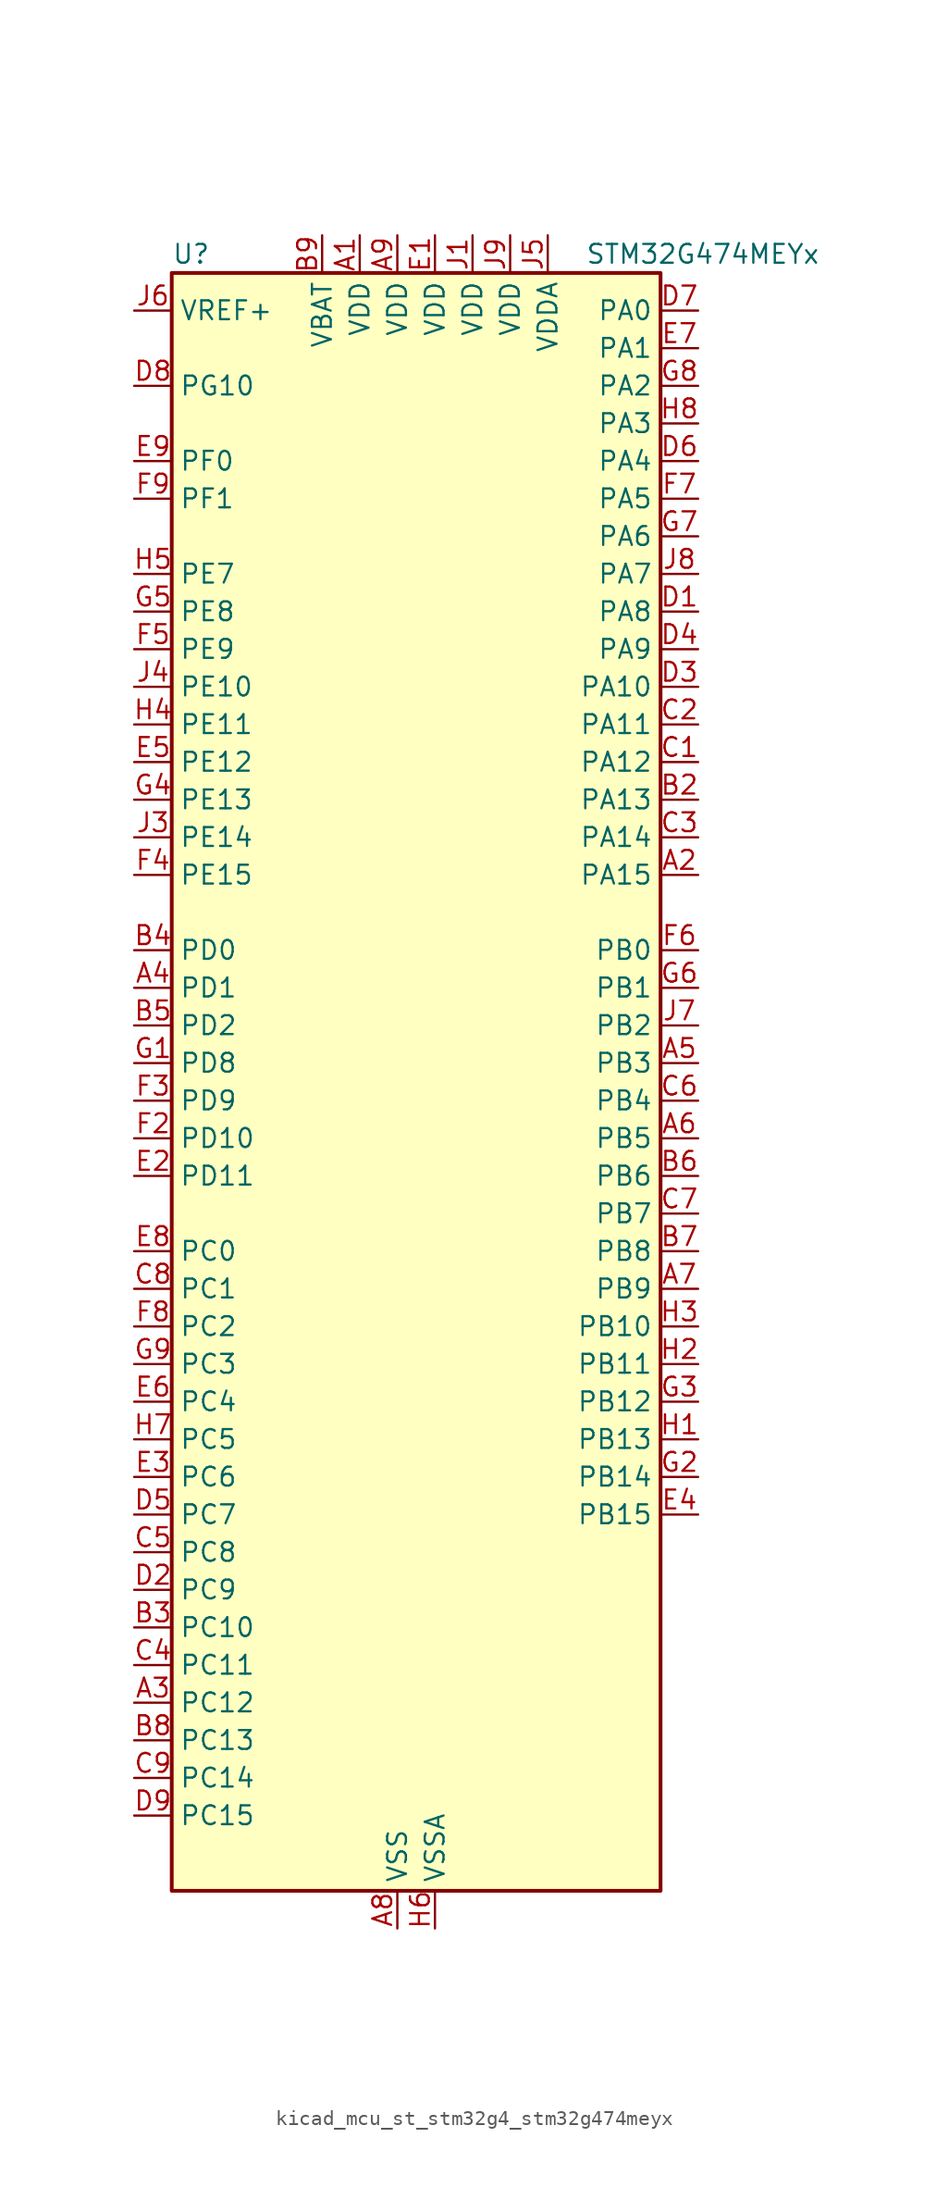
<source format=kicad_sym>
(kicad_symbol_lib
  (version 20220914)
  (generator kicad_symbol_editor)
  (symbol "kicad_mcu_st_stm32g4_stm32g474meyx"
    (property "Reference" "U"
      (at -15.24 57.15 0)
      (effects (font (size 1.27 1.27)) (justify left)))
    (property "Value" "STM32G474MEYx"
      (at 12.7 57.15 0)
      (effects (font (size 1.27 1.27)) (justify left)))
    (property "ki_locked" ""
      (at 0 0 0)
      (effects (font (size 1.27 1.27))))
    (symbol "kicad_mcu_st_stm32g4_stm32g474meyx_0_1"
      (rectangle (start -15.24 -53.34) (end 17.78 55.88) (stroke (width 0.254) (type default)) (fill (type background))))
    (symbol "kicad_mcu_st_stm32g4_stm32g474meyx_1_1"
      (pin power_in line (at -2.54 58.42 270) (length 2.54) (name "VDD" (effects (font (size 1.27 1.27)))) (number "A1" (effects (font (size 1.27 1.27)))))
      (pin bidirectional line (at 20.32 15.24 180) (length 2.54) (name "PA15" (effects (font (size 1.27 1.27)))) (number "A2" (effects (font (size 1.27 1.27)))) (alternate "ADC1_EXTI15" bidirectional line) (alternate "ADC2_EXTI15" bidirectional line) (alternate "FDCAN3_TX" bidirectional line) (alternate "HRTIM1_FLT2" bidirectional line) (alternate "I2C1_SCL" bidirectional line) (alternate "I2S3_WS" bidirectional line) (alternate "SPI1_NSS" bidirectional line) (alternate "SPI3_NSS" bidirectional line) (alternate "SYS_JTDI" bidirectional line) (alternate "TIM1_BKIN" bidirectional line) (alternate "TIM2_CH1" bidirectional line) (alternate "TIM2_ETR" bidirectional line) (alternate "TIM8_CH1" bidirectional line) (alternate "UART4_DE" bidirectional line) (alternate "UART4_RTS" bidirectional line) (alternate "USART2_RX" bidirectional line))
      (pin bidirectional line (at -17.78 -40.64 0) (length 2.54) (name "PC12" (effects (font (size 1.27 1.27)))) (number "A3" (effects (font (size 1.27 1.27)))) (alternate "HRTIM1_EEV1" bidirectional line) (alternate "I2S3_SD" bidirectional line) (alternate "SPI3_MOSI" bidirectional line) (alternate "TIM5_CH2" bidirectional line) (alternate "TIM8_CH3N" bidirectional line) (alternate "UART5_TX" bidirectional line) (alternate "UCPD1_FRSTX1" bidirectional line) (alternate "UCPD1_FRSTX2" bidirectional line) (alternate "USART3_CK" bidirectional line))
      (pin bidirectional line (at -17.78 7.62 0) (length 2.54) (name "PD1" (effects (font (size 1.27 1.27)))) (number "A4" (effects (font (size 1.27 1.27)))) (alternate "FDCAN1_TX" bidirectional line) (alternate "TIM8_BKIN2" bidirectional line) (alternate "TIM8_CH4" bidirectional line))
      (pin bidirectional line (at 20.32 2.54 180) (length 2.54) (name "PB3" (effects (font (size 1.27 1.27)))) (number "A5" (effects (font (size 1.27 1.27)))) (alternate "ADC3_EXTI3" bidirectional line) (alternate "ADC4_EXTI3" bidirectional line) (alternate "ADC5_EXTI3" bidirectional line) (alternate "CRS_SYNC" bidirectional line) (alternate "FDCAN3_RX" bidirectional line) (alternate "HRTIM1_EEV9" bidirectional line) (alternate "HRTIM1_SCOUT" bidirectional line) (alternate "I2S3_CK" bidirectional line) (alternate "SAI1_SCK_B" bidirectional line) (alternate "SPI1_SCK" bidirectional line) (alternate "SPI3_SCK" bidirectional line) (alternate "SYS_JTDO-SWO" bidirectional line) (alternate "TIM2_CH2" bidirectional line) (alternate "TIM3_ETR" bidirectional line) (alternate "TIM4_ETR" bidirectional line) (alternate "TIM8_CH1N" bidirectional line) (alternate "USART2_TX" bidirectional line))
      (pin bidirectional line (at 20.32 -2.54 180) (length 2.54) (name "PB5" (effects (font (size 1.27 1.27)))) (number "A6" (effects (font (size 1.27 1.27)))) (alternate "FDCAN2_RX" bidirectional line) (alternate "HRTIM1_EEV6" bidirectional line) (alternate "I2C1_SMBA" bidirectional line) (alternate "I2C3_SDA" bidirectional line) (alternate "I2S3_SD" bidirectional line) (alternate "LPTIM1_IN1" bidirectional line) (alternate "SAI1_SD_B" bidirectional line) (alternate "SPI1_MOSI" bidirectional line) (alternate "SPI3_MOSI" bidirectional line) (alternate "TIM16_BKIN" bidirectional line) (alternate "TIM17_CH1" bidirectional line) (alternate "TIM3_CH2" bidirectional line) (alternate "TIM8_CH3N" bidirectional line) (alternate "UART5_CTS" bidirectional line) (alternate "USART2_CK" bidirectional line))
      (pin bidirectional line (at 20.32 -12.7 180) (length 2.54) (name "PB9" (effects (font (size 1.27 1.27)))) (number "A7" (effects (font (size 1.27 1.27)))) (alternate "COMP2_OUT" bidirectional line) (alternate "DAC1_EXTI9" bidirectional line) (alternate "DAC2_EXTI9" bidirectional line) (alternate "DAC3_EXTI9" bidirectional line) (alternate "DAC4_EXTI9" bidirectional line) (alternate "FDCAN1_TX" bidirectional line) (alternate "HRTIM1_EEV5" bidirectional line) (alternate "I2C1_SDA" bidirectional line) (alternate "IR_OUT" bidirectional line) (alternate "SAI1_D2" bidirectional line) (alternate "SAI1_FS_A" bidirectional line) (alternate "TIM17_CH1" bidirectional line) (alternate "TIM1_CH3N" bidirectional line) (alternate "TIM4_CH4" bidirectional line) (alternate "TIM8_CH3" bidirectional line) (alternate "USART3_TX" bidirectional line))
      (pin power_in line (at 0 -55.88 90) (length 2.54) (name "VSS" (effects (font (size 1.27 1.27)))) (number "A8" (effects (font (size 1.27 1.27)))))
      (pin power_in line (at 0 58.42 270) (length 2.54) (name "VDD" (effects (font (size 1.27 1.27)))) (number "A9" (effects (font (size 1.27 1.27)))))
      (pin passive line (at 0 -55.88 90) (length 2.54) hide (name "VSS" (effects (font (size 1.27 1.27)))) (number "B1" (effects (font (size 1.27 1.27)))))
      (pin bidirectional line (at 20.32 20.32 180) (length 2.54) (name "PA13" (effects (font (size 1.27 1.27)))) (number "B2" (effects (font (size 1.27 1.27)))) (alternate "I2C1_SCL" bidirectional line) (alternate "I2C4_SCL" bidirectional line) (alternate "IR_OUT" bidirectional line) (alternate "SAI1_SD_B" bidirectional line) (alternate "SYS_JTMS-SWDIO" bidirectional line) (alternate "TIM16_CH1N" bidirectional line) (alternate "TIM4_CH3" bidirectional line) (alternate "USART3_CTS" bidirectional line) (alternate "USART3_NSS" bidirectional line))
      (pin bidirectional line (at -17.78 -35.56 0) (length 2.54) (name "PC10" (effects (font (size 1.27 1.27)))) (number "B3" (effects (font (size 1.27 1.27)))) (alternate "DAC1_EXTI10" bidirectional line) (alternate "DAC2_EXTI10" bidirectional line) (alternate "DAC3_EXTI10" bidirectional line) (alternate "DAC4_EXTI10" bidirectional line) (alternate "HRTIM1_FLT6" bidirectional line) (alternate "I2S3_CK" bidirectional line) (alternate "SPI3_SCK" bidirectional line) (alternate "TIM8_CH1N" bidirectional line) (alternate "UART4_TX" bidirectional line) (alternate "USART3_TX" bidirectional line))
      (pin bidirectional line (at -17.78 10.16 0) (length 2.54) (name "PD0" (effects (font (size 1.27 1.27)))) (number "B4" (effects (font (size 1.27 1.27)))) (alternate "FDCAN1_RX" bidirectional line) (alternate "TIM8_CH4N" bidirectional line))
      (pin bidirectional line (at -17.78 5.08 0) (length 2.54) (name "PD2" (effects (font (size 1.27 1.27)))) (number "B5" (effects (font (size 1.27 1.27)))) (alternate "ADC3_EXTI2" bidirectional line) (alternate "ADC4_EXTI2" bidirectional line) (alternate "ADC5_EXTI2" bidirectional line) (alternate "TIM3_ETR" bidirectional line) (alternate "TIM8_BKIN" bidirectional line) (alternate "UART5_RX" bidirectional line))
      (pin bidirectional line (at 20.32 -5.08 180) (length 2.54) (name "PB6" (effects (font (size 1.27 1.27)))) (number "B6" (effects (font (size 1.27 1.27)))) (alternate "COMP4_OUT" bidirectional line) (alternate "FDCAN2_TX" bidirectional line) (alternate "HRTIM1_EEV4" bidirectional line) (alternate "HRTIM1_SCIN" bidirectional line) (alternate "LPTIM1_ETR" bidirectional line) (alternate "SAI1_FS_B" bidirectional line) (alternate "TIM16_CH1N" bidirectional line) (alternate "TIM4_CH1" bidirectional line) (alternate "TIM8_BKIN2" bidirectional line) (alternate "TIM8_CH1" bidirectional line) (alternate "TIM8_ETR" bidirectional line) (alternate "UCPD1_CC1" bidirectional line) (alternate "USART1_TX" bidirectional line))
      (pin bidirectional line (at 20.32 -10.16 180) (length 2.54) (name "PB8" (effects (font (size 1.27 1.27)))) (number "B7" (effects (font (size 1.27 1.27)))) (alternate "COMP1_OUT" bidirectional line) (alternate "FDCAN1_RX" bidirectional line) (alternate "HRTIM1_EEV8" bidirectional line) (alternate "I2C1_SCL" bidirectional line) (alternate "SAI1_CK1" bidirectional line) (alternate "SAI1_MCLK_A" bidirectional line) (alternate "TIM16_CH1" bidirectional line) (alternate "TIM1_BKIN" bidirectional line) (alternate "TIM4_CH3" bidirectional line) (alternate "TIM8_CH2" bidirectional line) (alternate "USART3_RX" bidirectional line))
      (pin bidirectional line (at -17.78 -43.18 0) (length 2.54) (name "PC13" (effects (font (size 1.27 1.27)))) (number "B8" (effects (font (size 1.27 1.27)))) (alternate "RTC_OUT1" bidirectional line) (alternate "RTC_TAMP1" bidirectional line) (alternate "RTC_TS" bidirectional line) (alternate "SYS_WKUP2" bidirectional line) (alternate "TIM1_BKIN" bidirectional line) (alternate "TIM1_CH1N" bidirectional line) (alternate "TIM8_CH4N" bidirectional line))
      (pin power_in line (at -5.08 58.42 270) (length 2.54) (name "VBAT" (effects (font (size 1.27 1.27)))) (number "B9" (effects (font (size 1.27 1.27)))))
      (pin bidirectional line (at 20.32 22.86 180) (length 2.54) (name "PA12" (effects (font (size 1.27 1.27)))) (number "C1" (effects (font (size 1.27 1.27)))) (alternate "COMP2_OUT" bidirectional line) (alternate "FDCAN1_TX" bidirectional line) (alternate "HRTIM1_FLT1" bidirectional line) (alternate "I2S_CKIN" bidirectional line) (alternate "TIM16_CH1" bidirectional line) (alternate "TIM1_CH2N" bidirectional line) (alternate "TIM1_ETR" bidirectional line) (alternate "TIM4_CH2" bidirectional line) (alternate "USART1_DE" bidirectional line) (alternate "USART1_RTS" bidirectional line) (alternate "USB_DP" bidirectional line))
      (pin bidirectional line (at 20.32 25.4 180) (length 2.54) (name "PA11" (effects (font (size 1.27 1.27)))) (number "C2" (effects (font (size 1.27 1.27)))) (alternate "ADC1_EXTI11" bidirectional line) (alternate "ADC2_EXTI11" bidirectional line) (alternate "COMP1_OUT" bidirectional line) (alternate "FDCAN1_RX" bidirectional line) (alternate "HRTIM1_CHB2" bidirectional line) (alternate "I2S2_SD" bidirectional line) (alternate "SPI2_MOSI" bidirectional line) (alternate "TIM1_BKIN2" bidirectional line) (alternate "TIM1_CH1N" bidirectional line) (alternate "TIM1_CH4" bidirectional line) (alternate "TIM4_CH1" bidirectional line) (alternate "USART1_CTS" bidirectional line) (alternate "USART1_NSS" bidirectional line) (alternate "USB_DM" bidirectional line))
      (pin bidirectional line (at 20.32 17.78 180) (length 2.54) (name "PA14" (effects (font (size 1.27 1.27)))) (number "C3" (effects (font (size 1.27 1.27)))) (alternate "I2C1_SDA" bidirectional line) (alternate "I2C4_SMBA" bidirectional line) (alternate "LPTIM1_OUT" bidirectional line) (alternate "SAI1_FS_B" bidirectional line) (alternate "SYS_JTCK-SWCLK" bidirectional line) (alternate "TIM1_BKIN" bidirectional line) (alternate "TIM8_CH2" bidirectional line) (alternate "USART2_TX" bidirectional line))
      (pin bidirectional line (at -17.78 -38.1 0) (length 2.54) (name "PC11" (effects (font (size 1.27 1.27)))) (number "C4" (effects (font (size 1.27 1.27)))) (alternate "ADC1_EXTI11" bidirectional line) (alternate "ADC2_EXTI11" bidirectional line) (alternate "HRTIM1_EEV2" bidirectional line) (alternate "I2C3_SDA" bidirectional line) (alternate "SPI3_MISO" bidirectional line) (alternate "TIM8_CH2N" bidirectional line) (alternate "UART4_RX" bidirectional line) (alternate "USART3_RX" bidirectional line))
      (pin bidirectional line (at -17.78 -30.48 0) (length 2.54) (name "PC8" (effects (font (size 1.27 1.27)))) (number "C5" (effects (font (size 1.27 1.27)))) (alternate "COMP7_OUT" bidirectional line) (alternate "HRTIM1_CHE1" bidirectional line) (alternate "I2C3_SCL" bidirectional line) (alternate "TIM20_CH3" bidirectional line) (alternate "TIM3_CH3" bidirectional line) (alternate "TIM8_CH3" bidirectional line))
      (pin bidirectional line (at 20.32 0 180) (length 2.54) (name "PB4" (effects (font (size 1.27 1.27)))) (number "C6" (effects (font (size 1.27 1.27)))) (alternate "FDCAN3_TX" bidirectional line) (alternate "HRTIM1_EEV7" bidirectional line) (alternate "SAI1_MCLK_B" bidirectional line) (alternate "SPI1_MISO" bidirectional line) (alternate "SPI3_MISO" bidirectional line) (alternate "SYS_JTRST" bidirectional line) (alternate "TIM16_CH1" bidirectional line) (alternate "TIM17_BKIN" bidirectional line) (alternate "TIM3_CH1" bidirectional line) (alternate "TIM8_CH2N" bidirectional line) (alternate "UART5_DE" bidirectional line) (alternate "UART5_RTS" bidirectional line) (alternate "UCPD1_CC2" bidirectional line) (alternate "USART2_RX" bidirectional line))
      (pin bidirectional line (at 20.32 -7.62 180) (length 2.54) (name "PB7" (effects (font (size 1.27 1.27)))) (number "C7" (effects (font (size 1.27 1.27)))) (alternate "COMP3_OUT" bidirectional line) (alternate "HRTIM1_EEV3" bidirectional line) (alternate "I2C1_SDA" bidirectional line) (alternate "I2C4_SDA" bidirectional line) (alternate "LPTIM1_IN2" bidirectional line) (alternate "SYS_PVD_IN" bidirectional line) (alternate "TIM17_CH1N" bidirectional line) (alternate "TIM3_CH4" bidirectional line) (alternate "TIM4_CH2" bidirectional line) (alternate "TIM8_BKIN" bidirectional line) (alternate "UART4_CTS" bidirectional line) (alternate "USART1_RX" bidirectional line))
      (pin bidirectional line (at -17.78 -12.7 0) (length 2.54) (name "PC1" (effects (font (size 1.27 1.27)))) (number "C8" (effects (font (size 1.27 1.27)))) (alternate "ADC1_IN7" bidirectional line) (alternate "ADC2_IN7" bidirectional line) (alternate "COMP3_INP" bidirectional line) (alternate "LPTIM1_OUT" bidirectional line) (alternate "LPUART1_TX" bidirectional line) (alternate "QUADSPI1_BK2_IO0" bidirectional line) (alternate "SAI1_SD_A" bidirectional line) (alternate "TIM1_CH2" bidirectional line))
      (pin bidirectional line (at -17.78 -45.72 0) (length 2.54) (name "PC14" (effects (font (size 1.27 1.27)))) (number "C9" (effects (font (size 1.27 1.27)))) (alternate "RCC_OSC32_IN" bidirectional line))
      (pin bidirectional line (at 20.32 33.02 180) (length 2.54) (name "PA8" (effects (font (size 1.27 1.27)))) (number "D1" (effects (font (size 1.27 1.27)))) (alternate "ADC5_IN1" bidirectional line) (alternate "COMP7_OUT" bidirectional line) (alternate "FDCAN3_RX" bidirectional line) (alternate "HRTIM1_CHA1" bidirectional line) (alternate "I2C2_SDA" bidirectional line) (alternate "I2C3_SCL" bidirectional line) (alternate "I2S2_MCK" bidirectional line) (alternate "OPAMP5_VOUT" bidirectional line) (alternate "RCC_MCO" bidirectional line) (alternate "SAI1_CK2" bidirectional line) (alternate "SAI1_SCK_A" bidirectional line) (alternate "TIM1_CH1" bidirectional line) (alternate "TIM4_ETR" bidirectional line) (alternate "USART1_CK" bidirectional line))
      (pin bidirectional line (at -17.78 -33.02 0) (length 2.54) (name "PC9" (effects (font (size 1.27 1.27)))) (number "D2" (effects (font (size 1.27 1.27)))) (alternate "DAC1_EXTI9" bidirectional line) (alternate "DAC2_EXTI9" bidirectional line) (alternate "DAC3_EXTI9" bidirectional line) (alternate "DAC4_EXTI9" bidirectional line) (alternate "HRTIM1_CHE2" bidirectional line) (alternate "I2C3_SDA" bidirectional line) (alternate "I2S_CKIN" bidirectional line) (alternate "TIM3_CH4" bidirectional line) (alternate "TIM8_BKIN2" bidirectional line) (alternate "TIM8_CH4" bidirectional line))
      (pin bidirectional line (at 20.32 27.94 180) (length 2.54) (name "PA10" (effects (font (size 1.27 1.27)))) (number "D3" (effects (font (size 1.27 1.27)))) (alternate "COMP6_OUT" bidirectional line) (alternate "CRS_SYNC" bidirectional line) (alternate "DAC1_EXTI10" bidirectional line) (alternate "DAC2_EXTI10" bidirectional line) (alternate "DAC3_EXTI10" bidirectional line) (alternate "DAC4_EXTI10" bidirectional line) (alternate "HRTIM1_CHB1" bidirectional line) (alternate "I2C2_SMBA" bidirectional line) (alternate "SAI1_D1" bidirectional line) (alternate "SAI1_SD_A" bidirectional line) (alternate "SPI2_MISO" bidirectional line) (alternate "TIM17_BKIN" bidirectional line) (alternate "TIM1_CH3" bidirectional line) (alternate "TIM2_CH4" bidirectional line) (alternate "TIM8_BKIN" bidirectional line) (alternate "UCPD1_DBCC2" bidirectional line) (alternate "USART1_RX" bidirectional line))
      (pin bidirectional line (at 20.32 30.48 180) (length 2.54) (name "PA9" (effects (font (size 1.27 1.27)))) (number "D4" (effects (font (size 1.27 1.27)))) (alternate "ADC5_IN2" bidirectional line) (alternate "COMP5_OUT" bidirectional line) (alternate "DAC1_EXTI9" bidirectional line) (alternate "DAC2_EXTI9" bidirectional line) (alternate "DAC3_EXTI9" bidirectional line) (alternate "DAC4_EXTI9" bidirectional line) (alternate "HRTIM1_CHA2" bidirectional line) (alternate "I2C2_SCL" bidirectional line) (alternate "I2C3_SMBA" bidirectional line) (alternate "I2S3_MCK" bidirectional line) (alternate "SAI1_FS_A" bidirectional line) (alternate "TIM15_BKIN" bidirectional line) (alternate "TIM1_CH2" bidirectional line) (alternate "TIM2_CH3" bidirectional line) (alternate "UCPD1_DBCC1" bidirectional line) (alternate "USART1_TX" bidirectional line))
      (pin bidirectional line (at -17.78 -27.94 0) (length 2.54) (name "PC7" (effects (font (size 1.27 1.27)))) (number "D5" (effects (font (size 1.27 1.27)))) (alternate "COMP5_OUT" bidirectional line) (alternate "HRTIM1_CHF2" bidirectional line) (alternate "HRTIM1_FLT5" bidirectional line) (alternate "I2C4_SDA" bidirectional line) (alternate "I2S3_MCK" bidirectional line) (alternate "TIM3_CH2" bidirectional line) (alternate "TIM8_CH2" bidirectional line))
      (pin bidirectional line (at 20.32 43.18 180) (length 2.54) (name "PA4" (effects (font (size 1.27 1.27)))) (number "D6" (effects (font (size 1.27 1.27)))) (alternate "ADC2_IN17" bidirectional line) (alternate "COMP1_INM" bidirectional line) (alternate "DAC1_OUT1" bidirectional line) (alternate "I2S3_WS" bidirectional line) (alternate "SAI1_FS_B" bidirectional line) (alternate "SPI1_NSS" bidirectional line) (alternate "SPI3_NSS" bidirectional line) (alternate "TIM3_CH2" bidirectional line) (alternate "USART2_CK" bidirectional line))
      (pin bidirectional line (at 20.32 53.34 180) (length 2.54) (name "PA0" (effects (font (size 1.27 1.27)))) (number "D7" (effects (font (size 1.27 1.27)))) (alternate "ADC1_IN1" bidirectional line) (alternate "ADC2_IN1" bidirectional line) (alternate "COMP1_INM" bidirectional line) (alternate "COMP1_OUT" bidirectional line) (alternate "COMP3_INP" bidirectional line) (alternate "RTC_TAMP2" bidirectional line) (alternate "SYS_WKUP1" bidirectional line) (alternate "TIM2_CH1" bidirectional line) (alternate "TIM2_ETR" bidirectional line) (alternate "TIM5_CH1" bidirectional line) (alternate "TIM8_BKIN" bidirectional line) (alternate "TIM8_ETR" bidirectional line) (alternate "USART2_CTS" bidirectional line) (alternate "USART2_NSS" bidirectional line))
      (pin bidirectional line (at -17.78 48.26 0) (length 2.54) (name "PG10" (effects (font (size 1.27 1.27)))) (number "D8" (effects (font (size 1.27 1.27)))) (alternate "DAC1_EXTI10" bidirectional line) (alternate "DAC2_EXTI10" bidirectional line) (alternate "DAC3_EXTI10" bidirectional line) (alternate "DAC4_EXTI10" bidirectional line) (alternate "RCC_MCO" bidirectional line))
      (pin bidirectional line (at -17.78 -48.26 0) (length 2.54) (name "PC15" (effects (font (size 1.27 1.27)))) (number "D9" (effects (font (size 1.27 1.27)))) (alternate "ADC1_EXTI15" bidirectional line) (alternate "ADC2_EXTI15" bidirectional line) (alternate "RCC_OSC32_OUT" bidirectional line))
      (pin power_in line (at 2.54 58.42 270) (length 2.54) (name "VDD" (effects (font (size 1.27 1.27)))) (number "E1" (effects (font (size 1.27 1.27)))))
      (pin bidirectional line (at -17.78 -5.08 0) (length 2.54) (name "PD11" (effects (font (size 1.27 1.27)))) (number "E2" (effects (font (size 1.27 1.27)))) (alternate "ADC1_EXTI11" bidirectional line) (alternate "ADC2_EXTI11" bidirectional line) (alternate "ADC3_IN8" bidirectional line) (alternate "ADC4_IN8" bidirectional line) (alternate "ADC5_IN8" bidirectional line) (alternate "COMP6_INP" bidirectional line) (alternate "I2C4_SMBA" bidirectional line) (alternate "OPAMP4_VINP" bidirectional line) (alternate "OPAMP4_VINP_SEC" bidirectional line) (alternate "TIM5_ETR" bidirectional line) (alternate "USART3_CTS" bidirectional line) (alternate "USART3_NSS" bidirectional line))
      (pin bidirectional line (at -17.78 -25.4 0) (length 2.54) (name "PC6" (effects (font (size 1.27 1.27)))) (number "E3" (effects (font (size 1.27 1.27)))) (alternate "COMP6_OUT" bidirectional line) (alternate "HRTIM1_CHF1" bidirectional line) (alternate "HRTIM1_EEV10" bidirectional line) (alternate "I2C4_SCL" bidirectional line) (alternate "I2S2_MCK" bidirectional line) (alternate "TIM3_CH1" bidirectional line) (alternate "TIM8_CH1" bidirectional line))
      (pin bidirectional line (at 20.32 -27.94 180) (length 2.54) (name "PB15" (effects (font (size 1.27 1.27)))) (number "E4" (effects (font (size 1.27 1.27)))) (alternate "ADC1_EXTI15" bidirectional line) (alternate "ADC2_EXTI15" bidirectional line) (alternate "ADC2_IN15" bidirectional line) (alternate "ADC4_IN5" bidirectional line) (alternate "COMP3_OUT" bidirectional line) (alternate "COMP6_INM" bidirectional line) (alternate "HRTIM1_CHD2" bidirectional line) (alternate "I2S2_SD" bidirectional line) (alternate "OPAMP5_VINM" bidirectional line) (alternate "OPAMP5_VINM0" bidirectional line) (alternate "OPAMP5_VINM_SEC" bidirectional line) (alternate "RTC_REFIN" bidirectional line) (alternate "SPI2_MOSI" bidirectional line) (alternate "TIM15_CH1N" bidirectional line) (alternate "TIM15_CH2" bidirectional line) (alternate "TIM1_CH3N" bidirectional line))
      (pin bidirectional line (at -17.78 22.86 0) (length 2.54) (name "PE12" (effects (font (size 1.27 1.27)))) (number "E5" (effects (font (size 1.27 1.27)))) (alternate "ADC3_IN16" bidirectional line) (alternate "ADC4_IN16" bidirectional line) (alternate "ADC5_IN16" bidirectional line) (alternate "QUADSPI1_BK1_IO0" bidirectional line) (alternate "SPI4_SCK" bidirectional line) (alternate "TIM1_CH3N" bidirectional line))
      (pin bidirectional line (at -17.78 -20.32 0) (length 2.54) (name "PC4" (effects (font (size 1.27 1.27)))) (number "E6" (effects (font (size 1.27 1.27)))) (alternate "ADC2_IN5" bidirectional line) (alternate "I2C2_SCL" bidirectional line) (alternate "QUADSPI1_BK2_IO3" bidirectional line) (alternate "TIM1_ETR" bidirectional line) (alternate "USART1_TX" bidirectional line))
      (pin bidirectional line (at 20.32 50.8 180) (length 2.54) (name "PA1" (effects (font (size 1.27 1.27)))) (number "E7" (effects (font (size 1.27 1.27)))) (alternate "ADC1_IN2" bidirectional line) (alternate "ADC2_IN2" bidirectional line) (alternate "COMP1_INP" bidirectional line) (alternate "OPAMP1_VINP" bidirectional line) (alternate "OPAMP1_VINP_SEC" bidirectional line) (alternate "OPAMP3_VINP" bidirectional line) (alternate "OPAMP3_VINP_SEC" bidirectional line) (alternate "OPAMP6_VINM" bidirectional line) (alternate "OPAMP6_VINM0" bidirectional line) (alternate "OPAMP6_VINM_SEC" bidirectional line) (alternate "RTC_REFIN" bidirectional line) (alternate "TIM15_CH1N" bidirectional line) (alternate "TIM2_CH2" bidirectional line) (alternate "TIM5_CH2" bidirectional line) (alternate "USART2_DE" bidirectional line) (alternate "USART2_RTS" bidirectional line))
      (pin bidirectional line (at -17.78 -10.16 0) (length 2.54) (name "PC0" (effects (font (size 1.27 1.27)))) (number "E8" (effects (font (size 1.27 1.27)))) (alternate "ADC1_IN6" bidirectional line) (alternate "ADC2_IN6" bidirectional line) (alternate "COMP3_INM" bidirectional line) (alternate "LPTIM1_IN1" bidirectional line) (alternate "LPUART1_RX" bidirectional line) (alternate "TIM1_CH1" bidirectional line))
      (pin bidirectional line (at -17.78 43.18 0) (length 2.54) (name "PF0" (effects (font (size 1.27 1.27)))) (number "E9" (effects (font (size 1.27 1.27)))) (alternate "ADC1_IN10" bidirectional line) (alternate "I2C2_SDA" bidirectional line) (alternate "I2S2_WS" bidirectional line) (alternate "RCC_OSC_IN" bidirectional line) (alternate "SPI2_NSS" bidirectional line) (alternate "TIM1_CH3N" bidirectional line))
      (pin passive line (at 0 -55.88 90) (length 2.54) hide (name "VSS" (effects (font (size 1.27 1.27)))) (number "F1" (effects (font (size 1.27 1.27)))))
      (pin bidirectional line (at -17.78 -2.54 0) (length 2.54) (name "PD10" (effects (font (size 1.27 1.27)))) (number "F2" (effects (font (size 1.27 1.27)))) (alternate "ADC3_IN7" bidirectional line) (alternate "ADC4_IN7" bidirectional line) (alternate "ADC5_IN7" bidirectional line) (alternate "COMP6_INM" bidirectional line) (alternate "DAC1_EXTI10" bidirectional line) (alternate "DAC2_EXTI10" bidirectional line) (alternate "DAC3_EXTI10" bidirectional line) (alternate "DAC4_EXTI10" bidirectional line) (alternate "USART3_CK" bidirectional line))
      (pin bidirectional line (at -17.78 0 0) (length 2.54) (name "PD9" (effects (font (size 1.27 1.27)))) (number "F3" (effects (font (size 1.27 1.27)))) (alternate "ADC4_IN13" bidirectional line) (alternate "ADC5_IN13" bidirectional line) (alternate "DAC1_EXTI9" bidirectional line) (alternate "DAC2_EXTI9" bidirectional line) (alternate "DAC3_EXTI9" bidirectional line) (alternate "DAC4_EXTI9" bidirectional line) (alternate "OPAMP6_VINP" bidirectional line) (alternate "OPAMP6_VINP_SEC" bidirectional line) (alternate "USART3_RX" bidirectional line))
      (pin bidirectional line (at -17.78 15.24 0) (length 2.54) (name "PE15" (effects (font (size 1.27 1.27)))) (number "F4" (effects (font (size 1.27 1.27)))) (alternate "ADC1_EXTI15" bidirectional line) (alternate "ADC2_EXTI15" bidirectional line) (alternate "ADC4_IN2" bidirectional line) (alternate "QUADSPI1_BK1_IO3" bidirectional line) (alternate "TIM1_BKIN" bidirectional line) (alternate "TIM1_CH4N" bidirectional line) (alternate "USART3_RX" bidirectional line))
      (pin bidirectional line (at -17.78 30.48 0) (length 2.54) (name "PE9" (effects (font (size 1.27 1.27)))) (number "F5" (effects (font (size 1.27 1.27)))) (alternate "ADC3_IN2" bidirectional line) (alternate "DAC1_EXTI9" bidirectional line) (alternate "DAC2_EXTI9" bidirectional line) (alternate "DAC3_EXTI9" bidirectional line) (alternate "DAC4_EXTI9" bidirectional line) (alternate "SAI1_FS_B" bidirectional line) (alternate "TIM1_CH1" bidirectional line) (alternate "TIM5_CH4" bidirectional line))
      (pin bidirectional line (at 20.32 10.16 180) (length 2.54) (name "PB0" (effects (font (size 1.27 1.27)))) (number "F6" (effects (font (size 1.27 1.27)))) (alternate "ADC1_IN15" bidirectional line) (alternate "ADC3_IN12" bidirectional line) (alternate "COMP4_INP" bidirectional line) (alternate "HRTIM1_FLT5" bidirectional line) (alternate "OPAMP2_VINP" bidirectional line) (alternate "OPAMP2_VINP_SEC" bidirectional line) (alternate "OPAMP3_VINP" bidirectional line) (alternate "OPAMP3_VINP_SEC" bidirectional line) (alternate "QUADSPI1_BK1_IO1" bidirectional line) (alternate "TIM1_CH2N" bidirectional line) (alternate "TIM3_CH3" bidirectional line) (alternate "TIM8_CH2N" bidirectional line) (alternate "UCPD1_FRSTX1" bidirectional line) (alternate "UCPD1_FRSTX2" bidirectional line))
      (pin bidirectional line (at 20.32 40.64 180) (length 2.54) (name "PA5" (effects (font (size 1.27 1.27)))) (number "F7" (effects (font (size 1.27 1.27)))) (alternate "ADC2_IN13" bidirectional line) (alternate "COMP2_INM" bidirectional line) (alternate "DAC1_OUT2" bidirectional line) (alternate "OPAMP2_VINM" bidirectional line) (alternate "OPAMP2_VINM0" bidirectional line) (alternate "OPAMP2_VINM_SEC" bidirectional line) (alternate "SPI1_SCK" bidirectional line) (alternate "TIM2_CH1" bidirectional line) (alternate "TIM2_ETR" bidirectional line) (alternate "UCPD1_FRSTX1" bidirectional line) (alternate "UCPD1_FRSTX2" bidirectional line))
      (pin bidirectional line (at -17.78 -15.24 0) (length 2.54) (name "PC2" (effects (font (size 1.27 1.27)))) (number "F8" (effects (font (size 1.27 1.27)))) (alternate "ADC1_IN8" bidirectional line) (alternate "ADC2_IN8" bidirectional line) (alternate "ADC3_EXTI2" bidirectional line) (alternate "ADC4_EXTI2" bidirectional line) (alternate "ADC5_EXTI2" bidirectional line) (alternate "COMP3_OUT" bidirectional line) (alternate "LPTIM1_IN2" bidirectional line) (alternate "QUADSPI1_BK2_IO1" bidirectional line) (alternate "TIM1_CH3" bidirectional line) (alternate "TIM20_CH2" bidirectional line))
      (pin bidirectional line (at -17.78 40.64 0) (length 2.54) (name "PF1" (effects (font (size 1.27 1.27)))) (number "F9" (effects (font (size 1.27 1.27)))) (alternate "ADC2_IN10" bidirectional line) (alternate "COMP3_INM" bidirectional line) (alternate "I2S2_CK" bidirectional line) (alternate "RCC_OSC_OUT" bidirectional line) (alternate "SPI2_SCK" bidirectional line))
      (pin bidirectional line (at -17.78 2.54 0) (length 2.54) (name "PD8" (effects (font (size 1.27 1.27)))) (number "G1" (effects (font (size 1.27 1.27)))) (alternate "ADC4_IN12" bidirectional line) (alternate "ADC5_IN12" bidirectional line) (alternate "OPAMP4_VINM" bidirectional line) (alternate "OPAMP4_VINM1" bidirectional line) (alternate "OPAMP4_VINM_SEC" bidirectional line) (alternate "USART3_TX" bidirectional line))
      (pin bidirectional line (at 20.32 -25.4 180) (length 2.54) (name "PB14" (effects (font (size 1.27 1.27)))) (number "G2" (effects (font (size 1.27 1.27)))) (alternate "ADC1_IN5" bidirectional line) (alternate "ADC4_IN4" bidirectional line) (alternate "COMP4_OUT" bidirectional line) (alternate "COMP7_INP" bidirectional line) (alternate "HRTIM1_CHD1" bidirectional line) (alternate "OPAMP2_VINP" bidirectional line) (alternate "OPAMP2_VINP_SEC" bidirectional line) (alternate "OPAMP5_VINP" bidirectional line) (alternate "OPAMP5_VINP_SEC" bidirectional line) (alternate "SPI2_MISO" bidirectional line) (alternate "TIM15_CH1" bidirectional line) (alternate "TIM1_CH2N" bidirectional line) (alternate "USART3_DE" bidirectional line) (alternate "USART3_RTS" bidirectional line))
      (pin bidirectional line (at 20.32 -20.32 180) (length 2.54) (name "PB12" (effects (font (size 1.27 1.27)))) (number "G3" (effects (font (size 1.27 1.27)))) (alternate "ADC1_IN11" bidirectional line) (alternate "ADC4_IN3" bidirectional line) (alternate "COMP7_INM" bidirectional line) (alternate "FDCAN2_RX" bidirectional line) (alternate "HRTIM1_CHC1" bidirectional line) (alternate "I2C2_SMBA" bidirectional line) (alternate "I2S2_WS" bidirectional line) (alternate "LPUART1_DE" bidirectional line) (alternate "LPUART1_RTS" bidirectional line) (alternate "OPAMP4_VOUT" bidirectional line) (alternate "OPAMP6_VINP" bidirectional line) (alternate "OPAMP6_VINP_SEC" bidirectional line) (alternate "SPI2_NSS" bidirectional line) (alternate "TIM1_BKIN" bidirectional line) (alternate "TIM5_ETR" bidirectional line) (alternate "USART3_CK" bidirectional line))
      (pin bidirectional line (at -17.78 20.32 0) (length 2.54) (name "PE13" (effects (font (size 1.27 1.27)))) (number "G4" (effects (font (size 1.27 1.27)))) (alternate "ADC3_IN3" bidirectional line) (alternate "QUADSPI1_BK1_IO1" bidirectional line) (alternate "SPI4_MISO" bidirectional line) (alternate "TIM1_CH3" bidirectional line))
      (pin bidirectional line (at -17.78 33.02 0) (length 2.54) (name "PE8" (effects (font (size 1.27 1.27)))) (number "G5" (effects (font (size 1.27 1.27)))) (alternate "ADC3_IN6" bidirectional line) (alternate "ADC4_IN6" bidirectional line) (alternate "ADC5_IN6" bidirectional line) (alternate "COMP4_INM" bidirectional line) (alternate "SAI1_SCK_B" bidirectional line) (alternate "TIM1_CH1N" bidirectional line) (alternate "TIM5_CH3" bidirectional line))
      (pin bidirectional line (at 20.32 7.62 180) (length 2.54) (name "PB1" (effects (font (size 1.27 1.27)))) (number "G6" (effects (font (size 1.27 1.27)))) (alternate "ADC1_IN12" bidirectional line) (alternate "ADC3_IN1" bidirectional line) (alternate "COMP1_INP" bidirectional line) (alternate "COMP4_OUT" bidirectional line) (alternate "HRTIM1_SCOUT" bidirectional line) (alternate "LPUART1_DE" bidirectional line) (alternate "LPUART1_RTS" bidirectional line) (alternate "OPAMP3_VOUT" bidirectional line) (alternate "OPAMP6_VINM" bidirectional line) (alternate "OPAMP6_VINM1" bidirectional line) (alternate "OPAMP6_VINM_SEC" bidirectional line) (alternate "QUADSPI1_BK1_IO0" bidirectional line) (alternate "TIM1_CH3N" bidirectional line) (alternate "TIM3_CH4" bidirectional line) (alternate "TIM8_CH3N" bidirectional line))
      (pin bidirectional line (at 20.32 38.1 180) (length 2.54) (name "PA6" (effects (font (size 1.27 1.27)))) (number "G7" (effects (font (size 1.27 1.27)))) (alternate "ADC2_IN3" bidirectional line) (alternate "COMP1_OUT" bidirectional line) (alternate "DAC2_OUT1" bidirectional line) (alternate "LPUART1_CTS" bidirectional line) (alternate "OPAMP2_VOUT" bidirectional line) (alternate "QUADSPI1_BK1_IO3" bidirectional line) (alternate "SPI1_MISO" bidirectional line) (alternate "TIM16_CH1" bidirectional line) (alternate "TIM1_BKIN" bidirectional line) (alternate "TIM3_CH1" bidirectional line) (alternate "TIM8_BKIN" bidirectional line))
      (pin bidirectional line (at 20.32 48.26 180) (length 2.54) (name "PA2" (effects (font (size 1.27 1.27)))) (number "G8" (effects (font (size 1.27 1.27)))) (alternate "ADC1_IN3" bidirectional line) (alternate "ADC3_EXTI2" bidirectional line) (alternate "ADC4_EXTI2" bidirectional line) (alternate "ADC5_EXTI2" bidirectional line) (alternate "COMP2_INM" bidirectional line) (alternate "COMP2_OUT" bidirectional line) (alternate "LPUART1_TX" bidirectional line) (alternate "OPAMP1_VOUT" bidirectional line) (alternate "QUADSPI1_BK1_NCS" bidirectional line) (alternate "RCC_LSCO" bidirectional line) (alternate "SYS_WKUP4" bidirectional line) (alternate "TIM15_CH1" bidirectional line) (alternate "TIM2_CH3" bidirectional line) (alternate "TIM5_CH3" bidirectional line) (alternate "UCPD1_FRSTX1" bidirectional line) (alternate "UCPD1_FRSTX2" bidirectional line) (alternate "USART2_TX" bidirectional line))
      (pin bidirectional line (at -17.78 -17.78 0) (length 2.54) (name "PC3" (effects (font (size 1.27 1.27)))) (number "G9" (effects (font (size 1.27 1.27)))) (alternate "ADC1_IN9" bidirectional line) (alternate "ADC2_IN9" bidirectional line) (alternate "ADC3_EXTI3" bidirectional line) (alternate "ADC4_EXTI3" bidirectional line) (alternate "ADC5_EXTI3" bidirectional line) (alternate "LPTIM1_ETR" bidirectional line) (alternate "OPAMP5_VINP" bidirectional line) (alternate "OPAMP5_VINP_SEC" bidirectional line) (alternate "QUADSPI1_BK2_IO2" bidirectional line) (alternate "SAI1_D1" bidirectional line) (alternate "SAI1_SD_A" bidirectional line) (alternate "TIM1_BKIN2" bidirectional line) (alternate "TIM1_CH4" bidirectional line))
      (pin bidirectional line (at 20.32 -22.86 180) (length 2.54) (name "PB13" (effects (font (size 1.27 1.27)))) (number "H1" (effects (font (size 1.27 1.27)))) (alternate "ADC3_IN5" bidirectional line) (alternate "COMP5_INP" bidirectional line) (alternate "FDCAN2_TX" bidirectional line) (alternate "HRTIM1_CHC2" bidirectional line) (alternate "I2S2_CK" bidirectional line) (alternate "LPUART1_CTS" bidirectional line) (alternate "OPAMP3_VINP" bidirectional line) (alternate "OPAMP3_VINP_SEC" bidirectional line) (alternate "OPAMP4_VINP" bidirectional line) (alternate "OPAMP4_VINP_SEC" bidirectional line) (alternate "OPAMP6_VINP" bidirectional line) (alternate "OPAMP6_VINP_SEC" bidirectional line) (alternate "SPI2_SCK" bidirectional line) (alternate "TIM1_CH1N" bidirectional line) (alternate "USART3_CTS" bidirectional line) (alternate "USART3_NSS" bidirectional line))
      (pin bidirectional line (at 20.32 -17.78 180) (length 2.54) (name "PB11" (effects (font (size 1.27 1.27)))) (number "H2" (effects (font (size 1.27 1.27)))) (alternate "ADC1_EXTI11" bidirectional line) (alternate "ADC1_IN14" bidirectional line) (alternate "ADC2_EXTI11" bidirectional line) (alternate "ADC2_IN14" bidirectional line) (alternate "COMP6_INP" bidirectional line) (alternate "HRTIM1_FLT4" bidirectional line) (alternate "LPUART1_TX" bidirectional line) (alternate "OPAMP4_VINP" bidirectional line) (alternate "OPAMP4_VINP_SEC" bidirectional line) (alternate "OPAMP6_VOUT" bidirectional line) (alternate "QUADSPI1_BK1_NCS" bidirectional line) (alternate "TIM2_CH4" bidirectional line) (alternate "USART3_RX" bidirectional line))
      (pin bidirectional line (at 20.32 -15.24 180) (length 2.54) (name "PB10" (effects (font (size 1.27 1.27)))) (number "H3" (effects (font (size 1.27 1.27)))) (alternate "COMP5_INM" bidirectional line) (alternate "DAC1_EXTI10" bidirectional line) (alternate "DAC2_EXTI10" bidirectional line) (alternate "DAC3_EXTI10" bidirectional line) (alternate "DAC4_EXTI10" bidirectional line) (alternate "HRTIM1_FLT3" bidirectional line) (alternate "LPUART1_RX" bidirectional line) (alternate "OPAMP3_VINM" bidirectional line) (alternate "OPAMP3_VINM1" bidirectional line) (alternate "OPAMP3_VINM_SEC" bidirectional line) (alternate "OPAMP4_VINM" bidirectional line) (alternate "OPAMP4_VINM0" bidirectional line) (alternate "OPAMP4_VINM_SEC" bidirectional line) (alternate "QUADSPI1_CLK" bidirectional line) (alternate "SAI1_SCK_A" bidirectional line) (alternate "TIM1_BKIN" bidirectional line) (alternate "TIM2_CH3" bidirectional line) (alternate "USART3_TX" bidirectional line))
      (pin bidirectional line (at -17.78 25.4 0) (length 2.54) (name "PE11" (effects (font (size 1.27 1.27)))) (number "H4" (effects (font (size 1.27 1.27)))) (alternate "ADC1_EXTI11" bidirectional line) (alternate "ADC2_EXTI11" bidirectional line) (alternate "ADC3_IN15" bidirectional line) (alternate "ADC4_IN15" bidirectional line) (alternate "ADC5_IN15" bidirectional line) (alternate "QUADSPI1_BK1_NCS" bidirectional line) (alternate "SPI4_NSS" bidirectional line) (alternate "TIM1_CH2" bidirectional line))
      (pin bidirectional line (at -17.78 35.56 0) (length 2.54) (name "PE7" (effects (font (size 1.27 1.27)))) (number "H5" (effects (font (size 1.27 1.27)))) (alternate "ADC3_IN4" bidirectional line) (alternate "COMP4_INP" bidirectional line) (alternate "SAI1_SD_B" bidirectional line) (alternate "TIM1_ETR" bidirectional line))
      (pin power_in line (at 2.54 -55.88 90) (length 2.54) (name "VSSA" (effects (font (size 1.27 1.27)))) (number "H6" (effects (font (size 1.27 1.27)))))
      (pin bidirectional line (at -17.78 -22.86 0) (length 2.54) (name "PC5" (effects (font (size 1.27 1.27)))) (number "H7" (effects (font (size 1.27 1.27)))) (alternate "ADC2_IN11" bidirectional line) (alternate "HRTIM1_EEV10" bidirectional line) (alternate "OPAMP1_VINM" bidirectional line) (alternate "OPAMP1_VINM1" bidirectional line) (alternate "OPAMP1_VINM_SEC" bidirectional line) (alternate "OPAMP2_VINM" bidirectional line) (alternate "OPAMP2_VINM1" bidirectional line) (alternate "OPAMP2_VINM_SEC" bidirectional line) (alternate "SAI1_D3" bidirectional line) (alternate "SYS_WKUP5" bidirectional line) (alternate "TIM15_BKIN" bidirectional line) (alternate "TIM1_CH4N" bidirectional line) (alternate "USART1_RX" bidirectional line))
      (pin bidirectional line (at 20.32 45.72 180) (length 2.54) (name "PA3" (effects (font (size 1.27 1.27)))) (number "H8" (effects (font (size 1.27 1.27)))) (alternate "ADC1_IN4" bidirectional line) (alternate "ADC3_EXTI3" bidirectional line) (alternate "ADC4_EXTI3" bidirectional line) (alternate "ADC5_EXTI3" bidirectional line) (alternate "COMP2_INP" bidirectional line) (alternate "LPUART1_RX" bidirectional line) (alternate "OPAMP1_VINM" bidirectional line) (alternate "OPAMP1_VINM0" bidirectional line) (alternate "OPAMP1_VINM_SEC" bidirectional line) (alternate "OPAMP1_VINP" bidirectional line) (alternate "OPAMP1_VINP_SEC" bidirectional line) (alternate "OPAMP5_VINM" bidirectional line) (alternate "OPAMP5_VINM1" bidirectional line) (alternate "OPAMP5_VINM_SEC" bidirectional line) (alternate "QUADSPI1_CLK" bidirectional line) (alternate "SAI1_CK1" bidirectional line) (alternate "SAI1_MCLK_A" bidirectional line) (alternate "TIM15_CH2" bidirectional line) (alternate "TIM2_CH4" bidirectional line) (alternate "TIM5_CH4" bidirectional line) (alternate "USART2_RX" bidirectional line))
      (pin passive line (at 0 -55.88 90) (length 2.54) hide (name "VSS" (effects (font (size 1.27 1.27)))) (number "H9" (effects (font (size 1.27 1.27)))))
      (pin power_in line (at 5.08 58.42 270) (length 2.54) (name "VDD" (effects (font (size 1.27 1.27)))) (number "J1" (effects (font (size 1.27 1.27)))))
      (pin passive line (at 0 -55.88 90) (length 2.54) hide (name "VSS" (effects (font (size 1.27 1.27)))) (number "J2" (effects (font (size 1.27 1.27)))))
      (pin bidirectional line (at -17.78 17.78 0) (length 2.54) (name "PE14" (effects (font (size 1.27 1.27)))) (number "J3" (effects (font (size 1.27 1.27)))) (alternate "ADC4_IN1" bidirectional line) (alternate "QUADSPI1_BK1_IO2" bidirectional line) (alternate "SPI4_MOSI" bidirectional line) (alternate "TIM1_BKIN2" bidirectional line) (alternate "TIM1_CH4" bidirectional line))
      (pin bidirectional line (at -17.78 27.94 0) (length 2.54) (name "PE10" (effects (font (size 1.27 1.27)))) (number "J4" (effects (font (size 1.27 1.27)))) (alternate "ADC3_IN14" bidirectional line) (alternate "ADC4_IN14" bidirectional line) (alternate "ADC5_IN14" bidirectional line) (alternate "DAC1_EXTI10" bidirectional line) (alternate "DAC2_EXTI10" bidirectional line) (alternate "DAC3_EXTI10" bidirectional line) (alternate "DAC4_EXTI10" bidirectional line) (alternate "QUADSPI1_CLK" bidirectional line) (alternate "SAI1_MCLK_B" bidirectional line) (alternate "TIM1_CH2N" bidirectional line))
      (pin power_in line (at 10.16 58.42 270) (length 2.54) (name "VDDA" (effects (font (size 1.27 1.27)))) (number "J5" (effects (font (size 1.27 1.27)))))
      (pin input line (at -17.78 53.34 0) (length 2.54) (name "VREF+" (effects (font (size 1.27 1.27)))) (number "J6" (effects (font (size 1.27 1.27)))) (alternate "VREFBUF_OUT" bidirectional line))
      (pin bidirectional line (at 20.32 5.08 180) (length 2.54) (name "PB2" (effects (font (size 1.27 1.27)))) (number "J7" (effects (font (size 1.27 1.27)))) (alternate "ADC2_IN12" bidirectional line) (alternate "ADC3_EXTI2" bidirectional line) (alternate "ADC4_EXTI2" bidirectional line) (alternate "ADC5_EXTI2" bidirectional line) (alternate "COMP4_INM" bidirectional line) (alternate "HRTIM1_SCIN" bidirectional line) (alternate "I2C3_SMBA" bidirectional line) (alternate "LPTIM1_OUT" bidirectional line) (alternate "OPAMP3_VINM" bidirectional line) (alternate "OPAMP3_VINM0" bidirectional line) (alternate "OPAMP3_VINM_SEC" bidirectional line) (alternate "QUADSPI1_BK2_IO1" bidirectional line) (alternate "RTC_OUT2" bidirectional line) (alternate "TIM20_CH1" bidirectional line) (alternate "TIM5_CH1" bidirectional line))
      (pin bidirectional line (at 20.32 35.56 180) (length 2.54) (name "PA7" (effects (font (size 1.27 1.27)))) (number "J8" (effects (font (size 1.27 1.27)))) (alternate "ADC2_IN4" bidirectional line) (alternate "COMP2_INP" bidirectional line) (alternate "COMP2_OUT" bidirectional line) (alternate "OPAMP1_VINP" bidirectional line) (alternate "OPAMP1_VINP_SEC" bidirectional line) (alternate "OPAMP2_VINP" bidirectional line) (alternate "OPAMP2_VINP_SEC" bidirectional line) (alternate "QUADSPI1_BK1_IO2" bidirectional line) (alternate "SPI1_MOSI" bidirectional line) (alternate "TIM17_CH1" bidirectional line) (alternate "TIM1_CH1N" bidirectional line) (alternate "TIM3_CH2" bidirectional line) (alternate "TIM8_CH1N" bidirectional line) (alternate "UCPD1_FRSTX1" bidirectional line) (alternate "UCPD1_FRSTX2" bidirectional line))
      (pin power_in line (at 7.62 58.42 270) (length 2.54) (name "VDD" (effects (font (size 1.27 1.27)))) (number "J9" (effects (font (size 1.27 1.27))))))))
</source>
